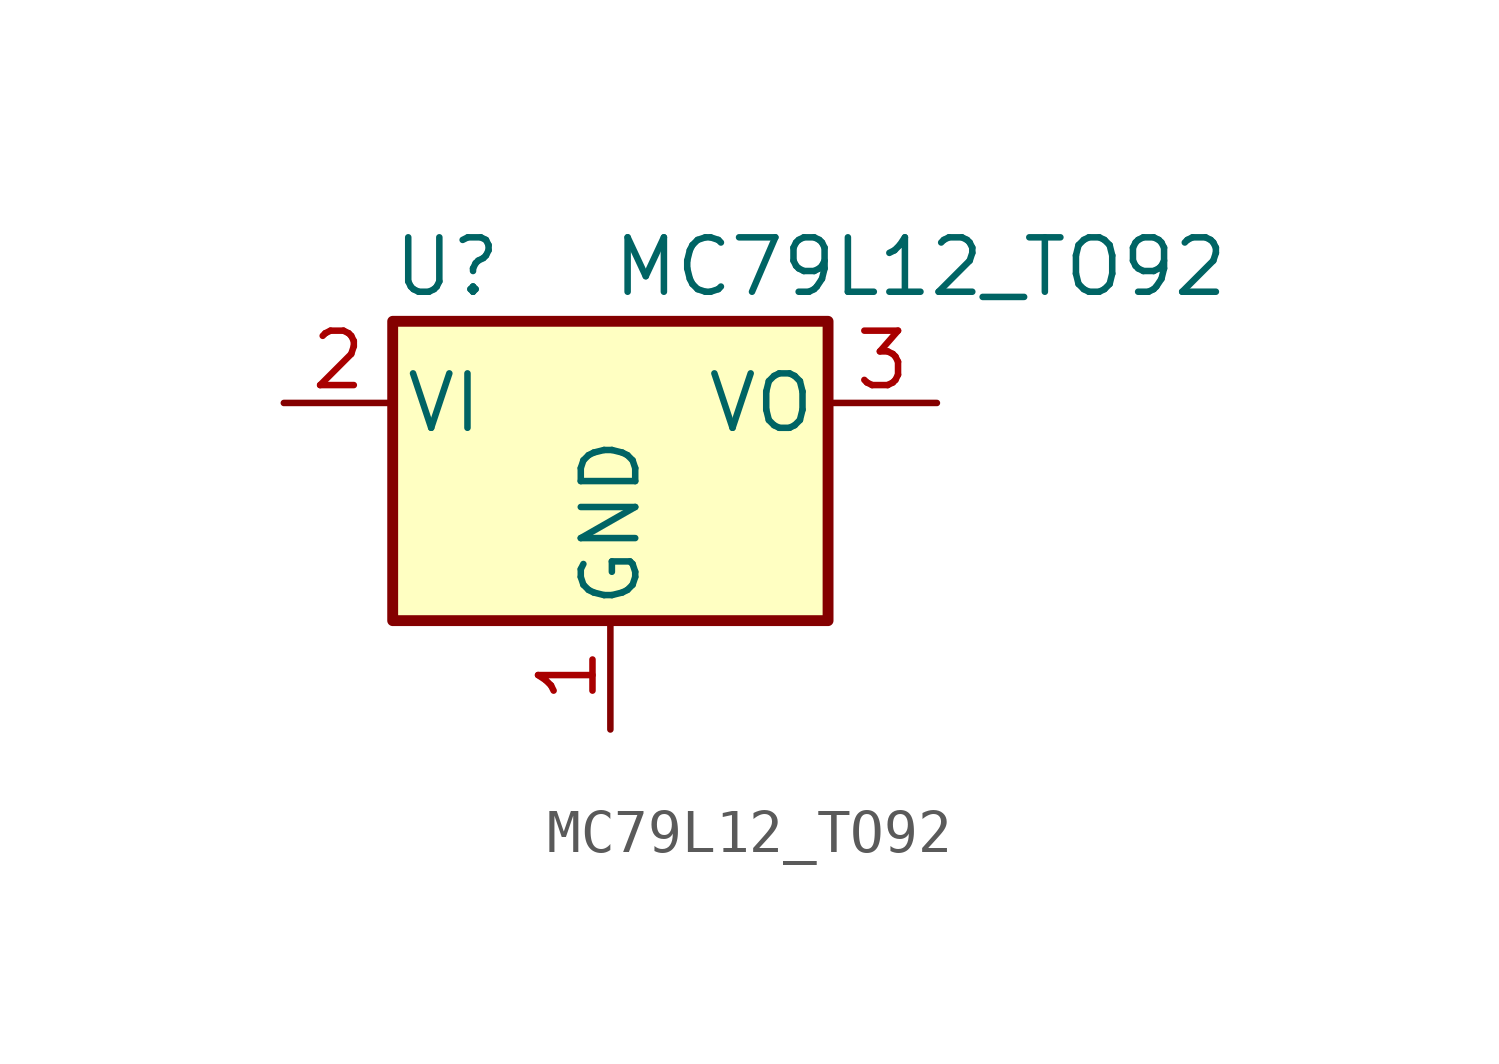
<source format=kicad_sym>
(kicad_symbol_lib
  (version 20211014)
  (generator kicad_symbol_editor)
  (symbol "MC79L12_TO92"
    (pin_names
      (offset 0.254))
    (property "Reference" "U"
      (at -3.81 3.175 0)
      (effects (font (size 1.27 1.27))))
    (property "Value" "MC79L12_TO92"
      (at 0 3.175 0)
      (effects (font (size 1.27 1.27)) (justify left)))
    (symbol "MC79L12_TO92_0_1"
      (rectangle (start -5.08 -5.08) (end 5.08 1.905) (stroke (width 0.254) (type default) (color 0 0 0 0)) (fill (type background))))
    (symbol "MC79L12_TO92_1_1"
      (pin power_in line (at 0 -7.62 90) (length 2.54) (name "GND" (effects (font (size 1.27 1.27)))) (number "1" (effects (font (size 1.27 1.27)))))
      (pin power_in line (at -7.62 0 0) (length 2.54) (name "VI" (effects (font (size 1.27 1.27)))) (number "2" (effects (font (size 1.27 1.27)))))
      (pin power_out line (at 7.62 0 180) (length 2.54) (name "VO" (effects (font (size 1.27 1.27)))) (number "3" (effects (font (size 1.27 1.27))))))))
</source>
